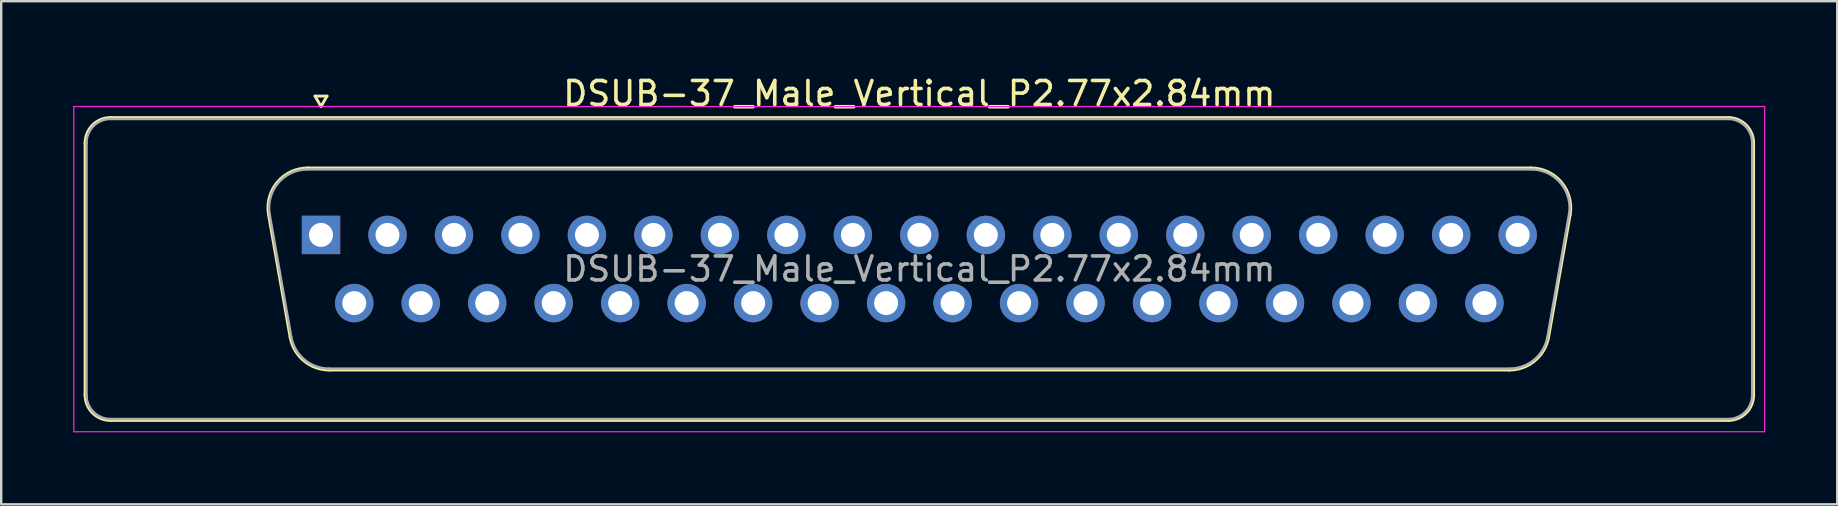
<source format=kicad_pcb>
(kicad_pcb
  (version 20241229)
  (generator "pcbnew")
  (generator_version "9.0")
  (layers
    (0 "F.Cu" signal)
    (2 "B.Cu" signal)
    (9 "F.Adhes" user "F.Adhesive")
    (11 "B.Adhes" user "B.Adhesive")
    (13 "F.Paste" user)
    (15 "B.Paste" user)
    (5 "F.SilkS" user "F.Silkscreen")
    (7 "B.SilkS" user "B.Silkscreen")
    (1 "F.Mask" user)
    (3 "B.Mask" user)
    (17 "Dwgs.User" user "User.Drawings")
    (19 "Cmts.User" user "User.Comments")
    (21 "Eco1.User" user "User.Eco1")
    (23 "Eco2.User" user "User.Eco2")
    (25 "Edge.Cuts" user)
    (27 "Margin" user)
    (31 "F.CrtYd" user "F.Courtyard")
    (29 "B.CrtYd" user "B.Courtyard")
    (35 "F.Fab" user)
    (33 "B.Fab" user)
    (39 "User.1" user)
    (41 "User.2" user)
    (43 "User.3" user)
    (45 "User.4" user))
  (footprint "DSUB-37_Male_Vertical_P2.77x2.84mm"
    (layer "F.Cu")
    (at 10.325 6.738)
    (property "Reference" "DSUB-37_Male_Vertical_P2.77x2.84mm" (at 24.93 -5.89 0) (layer "F.SilkS") (effects (font (size 1 1) (thickness 0.15))))
    (attr through_hole)
    (fp_line (start -9.83 6.67) (end -9.83 -3.83) (stroke (width 0.12) (type solid)) (layer "F.SilkS"))
    (fp_line (start -8.77 -4.89) (end 58.63 -4.89) (stroke (width 0.12) (type solid)) (layer "F.SilkS"))
    (fp_line (start -2.186 -0.842) (end -1.287 4.258) (stroke (width 0.12) (type solid)) (layer "F.SilkS"))
    (fp_line (start -0.552 -2.79) (end 50.412 -2.79) (stroke (width 0.12) (type solid)) (layer "F.SilkS"))
    (fp_line (start -0.25 -5.784) (end 0.25 -5.784) (stroke (width 0.12) (type solid)) (layer "F.SilkS"))
    (fp_line (start 0 -5.351) (end -0.25 -5.784) (stroke (width 0.12) (type solid)) (layer "F.SilkS"))
    (fp_line (start 0.25 -5.784) (end 0 -5.351) (stroke (width 0.12) (type solid)) (layer "F.SilkS"))
    (fp_line (start 0.348 5.63) (end 49.512 5.63) (stroke (width 0.12) (type solid)) (layer "F.SilkS"))
    (fp_line (start 52.046 -0.842) (end 51.147 4.258) (stroke (width 0.12) (type solid)) (layer "F.SilkS"))
    (fp_line (start 58.63 7.73) (end -8.77 7.73) (stroke (width 0.12) (type solid)) (layer "F.SilkS"))
    (fp_line (start 59.69 -3.83) (end 59.69 6.67) (stroke (width 0.12) (type solid)) (layer "F.SilkS"))
    (fp_arc (start -9.83 -3.83) (mid -9.519533 -4.579533) (end -8.77 -4.89) (stroke (width 0.12) (type solid)) (layer "F.SilkS"))
    (fp_arc (start -8.77 7.73) (mid -9.519533 7.419533) (end -9.83 6.67) (stroke (width 0.12) (type solid)) (layer "F.SilkS"))
    (fp_arc (start -2.18647 -0.841744) (mid -1.823323 -2.197028) (end -0.551689 -2.79) (stroke (width 0.12) (type solid)) (layer "F.SilkS"))
    (fp_arc (start 0.347579 5.63) (mid -0.719449 5.241634) (end -1.287202 4.258256) (stroke (width 0.12) (type solid)) (layer "F.SilkS"))
    (fp_arc (start 50.411689 -2.79) (mid 51.683323 -2.197027) (end 52.04647 -0.841744) (stroke (width 0.12) (type solid)) (layer "F.SilkS"))
    (fp_arc (start 51.147202 4.258256) (mid 50.579449 5.241634) (end 49.512421 5.63) (stroke (width 0.12) (type solid)) (layer "F.SilkS"))
    (fp_arc (start 58.63 -4.89) (mid 59.379533 -4.579533) (end 59.69 -3.83) (stroke (width 0.12) (type solid)) (layer "F.SilkS"))
    (fp_arc (start 59.69 6.67) (mid 59.379533 7.419533) (end 58.63 7.73) (stroke (width 0.12) (type solid)) (layer "F.SilkS"))
    (fp_line (start -10.3 -5.35) (end -10.3 8.2) (stroke (width 0.05) (type solid)) (layer "F.CrtYd"))
    (fp_line (start -10.3 8.2) (end 60.15 8.2) (stroke (width 0.05) (type solid)) (layer "F.CrtYd"))
    (fp_line (start 60.15 -5.35) (end -10.3 -5.35) (stroke (width 0.05) (type solid)) (layer "F.CrtYd"))
    (fp_line (start 60.15 8.2) (end 60.15 -5.35) (stroke (width 0.05) (type solid)) (layer "F.CrtYd"))
    (fp_line (start -9.77 6.67) (end -9.77 -3.83) (stroke (width 0.1) (type solid)) (layer "F.Fab"))
    (fp_line (start -8.77 -4.83) (end 58.63 -4.83) (stroke (width 0.1) (type solid)) (layer "F.Fab"))
    (fp_line (start -2.139 -0.852) (end -1.24 4.248) (stroke (width 0.1) (type solid)) (layer "F.Fab"))
    (fp_line (start -0.563 -2.73) (end 50.423 -2.73) (stroke (width 0.1) (type solid)) (layer "F.Fab"))
    (fp_line (start 0.336 5.57) (end 49.524 5.57) (stroke (width 0.1) (type solid)) (layer "F.Fab"))
    (fp_line (start 51.999 -0.852) (end 51.1 4.248) (stroke (width 0.1) (type solid)) (layer "F.Fab"))
    (fp_line (start 58.63 7.67) (end -8.77 7.67) (stroke (width 0.1) (type solid)) (layer "F.Fab"))
    (fp_line (start 59.63 -3.83) (end 59.63 6.67) (stroke (width 0.1) (type solid)) (layer "F.Fab"))
    (fp_arc (start -9.77 -3.83) (mid -9.477107 -4.537107) (end -8.77 -4.83) (stroke (width 0.1) (type solid)) (layer "F.Fab"))
    (fp_arc (start -8.77 7.67) (mid -9.477107 7.377107) (end -9.77 6.67) (stroke (width 0.1) (type solid)) (layer "F.Fab"))
    (fp_arc (start -2.138886 -0.852163) (mid -1.788865 -2.15846) (end -0.563194 -2.73) (stroke (width 0.1) (type solid)) (layer "F.Fab"))
    (fp_arc (start 0.336073 5.57) (mid -0.692387 5.195671) (end -1.239619 4.247837) (stroke (width 0.1) (type solid)) (layer "F.Fab"))
    (fp_arc (start 50.423194 -2.73) (mid 51.648865 -2.15846) (end 51.998886 -0.852163) (stroke (width 0.1) (type solid)) (layer "F.Fab"))
    (fp_arc (start 51.099619 4.247837) (mid 50.552387 5.195671) (end 49.523927 5.57) (stroke (width 0.1) (type solid)) (layer "F.Fab"))
    (fp_arc (start 58.63 -4.83) (mid 59.337107 -4.537107) (end 59.63 -3.83) (stroke (width 0.1) (type solid)) (layer "F.Fab"))
    (fp_arc (start 59.63 6.67) (mid 59.337107 7.377107) (end 58.63 7.67) (stroke (width 0.1) (type solid)) (layer "F.Fab"))
    (fp_text user "${REFERENCE}" (at 24.93 1.42 0) (layer "F.Fab") (effects (font (size 1 1) (thickness 0.15))))
    (pad "1" thru_hole rect (at 0 0) (size 1.6 1.6) (drill 1) (layers "*.Cu" "*.Mask"))
    (pad "2" thru_hole circle (at 2.77 0) (size 1.6 1.6) (drill 1) (layers "*.Cu" "*.Mask"))
    (pad "3" thru_hole circle (at 5.54 0) (size 1.6 1.6) (drill 1) (layers "*.Cu" "*.Mask"))
    (pad "4" thru_hole circle (at 8.31 0) (size 1.6 1.6) (drill 1) (layers "*.Cu" "*.Mask"))
    (pad "5" thru_hole circle (at 11.08 0) (size 1.6 1.6) (drill 1) (layers "*.Cu" "*.Mask"))
    (pad "6" thru_hole circle (at 13.85 0) (size 1.6 1.6) (drill 1) (layers "*.Cu" "*.Mask"))
    (pad "7" thru_hole circle (at 16.62 0) (size 1.6 1.6) (drill 1) (layers "*.Cu" "*.Mask"))
    (pad "8" thru_hole circle (at 19.39 0) (size 1.6 1.6) (drill 1) (layers "*.Cu" "*.Mask"))
    (pad "9" thru_hole circle (at 22.16 0) (size 1.6 1.6) (drill 1) (layers "*.Cu" "*.Mask"))
    (pad "10" thru_hole circle (at 24.93 0) (size 1.6 1.6) (drill 1) (layers "*.Cu" "*.Mask"))
    (pad "11" thru_hole circle (at 27.7 0) (size 1.6 1.6) (drill 1) (layers "*.Cu" "*.Mask"))
    (pad "12" thru_hole circle (at 30.47 0) (size 1.6 1.6) (drill 1) (layers "*.Cu" "*.Mask"))
    (pad "13" thru_hole circle (at 33.24 0) (size 1.6 1.6) (drill 1) (layers "*.Cu" "*.Mask"))
    (pad "14" thru_hole circle (at 36.01 0) (size 1.6 1.6) (drill 1) (layers "*.Cu" "*.Mask"))
    (pad "15" thru_hole circle (at 38.78 0) (size 1.6 1.6) (drill 1) (layers "*.Cu" "*.Mask"))
    (pad "16" thru_hole circle (at 41.55 0) (size 1.6 1.6) (drill 1) (layers "*.Cu" "*.Mask"))
    (pad "17" thru_hole circle (at 44.32 0) (size 1.6 1.6) (drill 1) (layers "*.Cu" "*.Mask"))
    (pad "18" thru_hole circle (at 47.09 0) (size 1.6 1.6) (drill 1) (layers "*.Cu" "*.Mask"))
    (pad "19" thru_hole circle (at 49.86 0) (size 1.6 1.6) (drill 1) (layers "*.Cu" "*.Mask"))
    (pad "20" thru_hole circle (at 1.385 2.84) (size 1.6 1.6) (drill 1) (layers "*.Cu" "*.Mask"))
    (pad "21" thru_hole circle (at 4.155 2.84) (size 1.6 1.6) (drill 1) (layers "*.Cu" "*.Mask"))
    (pad "22" thru_hole circle (at 6.925 2.84) (size 1.6 1.6) (drill 1) (layers "*.Cu" "*.Mask"))
    (pad "23" thru_hole circle (at 9.695 2.84) (size 1.6 1.6) (drill 1) (layers "*.Cu" "*.Mask"))
    (pad "24" thru_hole circle (at 12.465 2.84) (size 1.6 1.6) (drill 1) (layers "*.Cu" "*.Mask"))
    (pad "25" thru_hole circle (at 15.235 2.84) (size 1.6 1.6) (drill 1) (layers "*.Cu" "*.Mask"))
    (pad "26" thru_hole circle (at 18.005 2.84) (size 1.6 1.6) (drill 1) (layers "*.Cu" "*.Mask"))
    (pad "27" thru_hole circle (at 20.775 2.84) (size 1.6 1.6) (drill 1) (layers "*.Cu" "*.Mask"))
    (pad "28" thru_hole circle (at 23.545 2.84) (size 1.6 1.6) (drill 1) (layers "*.Cu" "*.Mask"))
    (pad "29" thru_hole circle (at 26.315 2.84) (size 1.6 1.6) (drill 1) (layers "*.Cu" "*.Mask"))
    (pad "30" thru_hole circle (at 29.085 2.84) (size 1.6 1.6) (drill 1) (layers "*.Cu" "*.Mask"))
    (pad "31" thru_hole circle (at 31.855 2.84) (size 1.6 1.6) (drill 1) (layers "*.Cu" "*.Mask"))
    (pad "32" thru_hole circle (at 34.625 2.84) (size 1.6 1.6) (drill 1) (layers "*.Cu" "*.Mask"))
    (pad "33" thru_hole circle (at 37.395 2.84) (size 1.6 1.6) (drill 1) (layers "*.Cu" "*.Mask"))
    (pad "34" thru_hole circle (at 40.165 2.84) (size 1.6 1.6) (drill 1) (layers "*.Cu" "*.Mask"))
    (pad "35" thru_hole circle (at 42.935 2.84) (size 1.6 1.6) (drill 1) (layers "*.Cu" "*.Mask"))
    (pad "36" thru_hole circle (at 45.705 2.84) (size 1.6 1.6) (drill 1) (layers "*.Cu" "*.Mask"))
    (pad "37" thru_hole circle (at 48.475 2.84) (size 1.6 1.6) (drill 1) (layers "*.Cu" "*.Mask")))
  (gr_rect
    (start -3 -3)
    (end 73.5 17.963)
    (stroke (width 0.1) (type default))
    (fill no)
    (layer "Edge.Cuts")))
</source>
